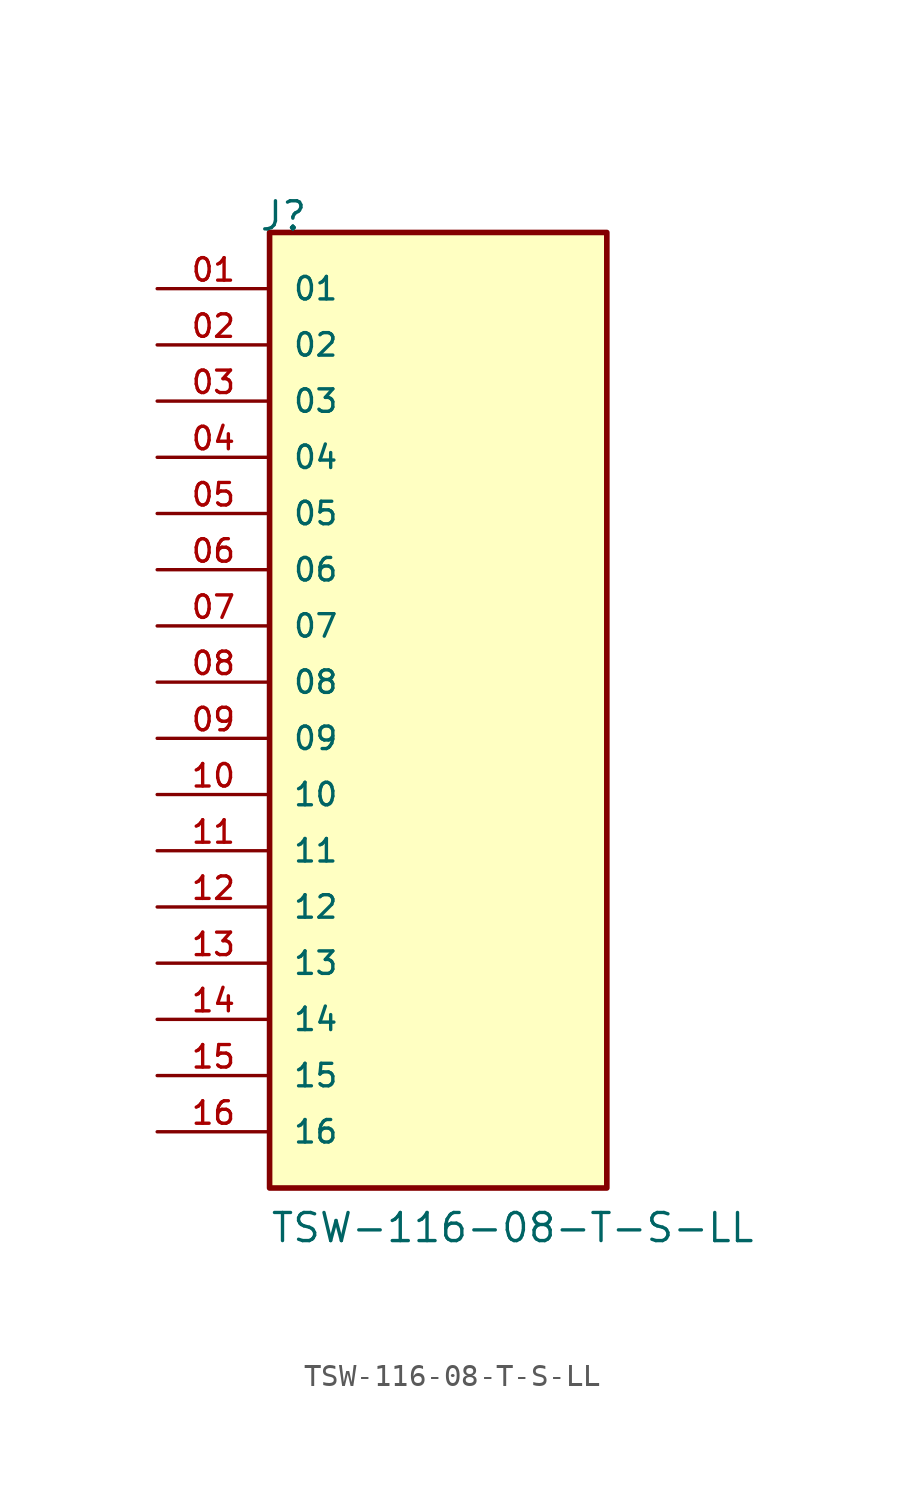
<source format=kicad_sym>
(kicad_symbol_lib
  (version 20211014)
  (generator kicad_symbol_editor)
  (symbol "TSW-116-08-T-S-LL"
    (pin_names
      (offset 1.016))
    (property "Reference" "J"
      (at -8.12 22.86 0)
      (effects (font (size 1.27 1.27)) (justify bottom left)))
    (property "Value" "TSW-116-08-T-S-LL"
      (at -7.62 -22.86 0)
      (effects (font (size 1.27 1.27)) (justify bottom left)))
    (symbol "TSW-116-08-T-S-LL_0_0"
      (rectangle (start -7.62 -20.32) (end 7.62 22.86) (stroke (width 0.254)) (fill (type background)))
      (pin passive line (at -12.7 20.32 0) (length 5.08) (name "01" (effects (font (size 1.016 1.016)))) (number "01" (effects (font (size 1.016 1.016)))))
      (pin passive line (at -12.7 17.78 0) (length 5.08) (name "02" (effects (font (size 1.016 1.016)))) (number "02" (effects (font (size 1.016 1.016)))))
      (pin passive line (at -12.7 15.24 0) (length 5.08) (name "03" (effects (font (size 1.016 1.016)))) (number "03" (effects (font (size 1.016 1.016)))))
      (pin passive line (at -12.7 12.7 0) (length 5.08) (name "04" (effects (font (size 1.016 1.016)))) (number "04" (effects (font (size 1.016 1.016)))))
      (pin passive line (at -12.7 10.16 0) (length 5.08) (name "05" (effects (font (size 1.016 1.016)))) (number "05" (effects (font (size 1.016 1.016)))))
      (pin passive line (at -12.7 7.62 0) (length 5.08) (name "06" (effects (font (size 1.016 1.016)))) (number "06" (effects (font (size 1.016 1.016)))))
      (pin passive line (at -12.7 5.08 0) (length 5.08) (name "07" (effects (font (size 1.016 1.016)))) (number "07" (effects (font (size 1.016 1.016)))))
      (pin passive line (at -12.7 2.54 0) (length 5.08) (name "08" (effects (font (size 1.016 1.016)))) (number "08" (effects (font (size 1.016 1.016)))))
      (pin passive line (at -12.7 0.0 0) (length 5.08) (name "09" (effects (font (size 1.016 1.016)))) (number "09" (effects (font (size 1.016 1.016)))))
      (pin passive line (at -12.7 -2.54 0) (length 5.08) (name "10" (effects (font (size 1.016 1.016)))) (number "10" (effects (font (size 1.016 1.016)))))
      (pin passive line (at -12.7 -5.08 0) (length 5.08) (name "11" (effects (font (size 1.016 1.016)))) (number "11" (effects (font (size 1.016 1.016)))))
      (pin passive line (at -12.7 -7.62 0) (length 5.08) (name "12" (effects (font (size 1.016 1.016)))) (number "12" (effects (font (size 1.016 1.016)))))
      (pin passive line (at -12.7 -10.16 0) (length 5.08) (name "13" (effects (font (size 1.016 1.016)))) (number "13" (effects (font (size 1.016 1.016)))))
      (pin passive line (at -12.7 -12.7 0) (length 5.08) (name "14" (effects (font (size 1.016 1.016)))) (number "14" (effects (font (size 1.016 1.016)))))
      (pin passive line (at -12.7 -15.24 0) (length 5.08) (name "15" (effects (font (size 1.016 1.016)))) (number "15" (effects (font (size 1.016 1.016)))))
      (pin passive line (at -12.7 -17.78 0) (length 5.08) (name "16" (effects (font (size 1.016 1.016)))) (number "16" (effects (font (size 1.016 1.016))))))))
</source>
